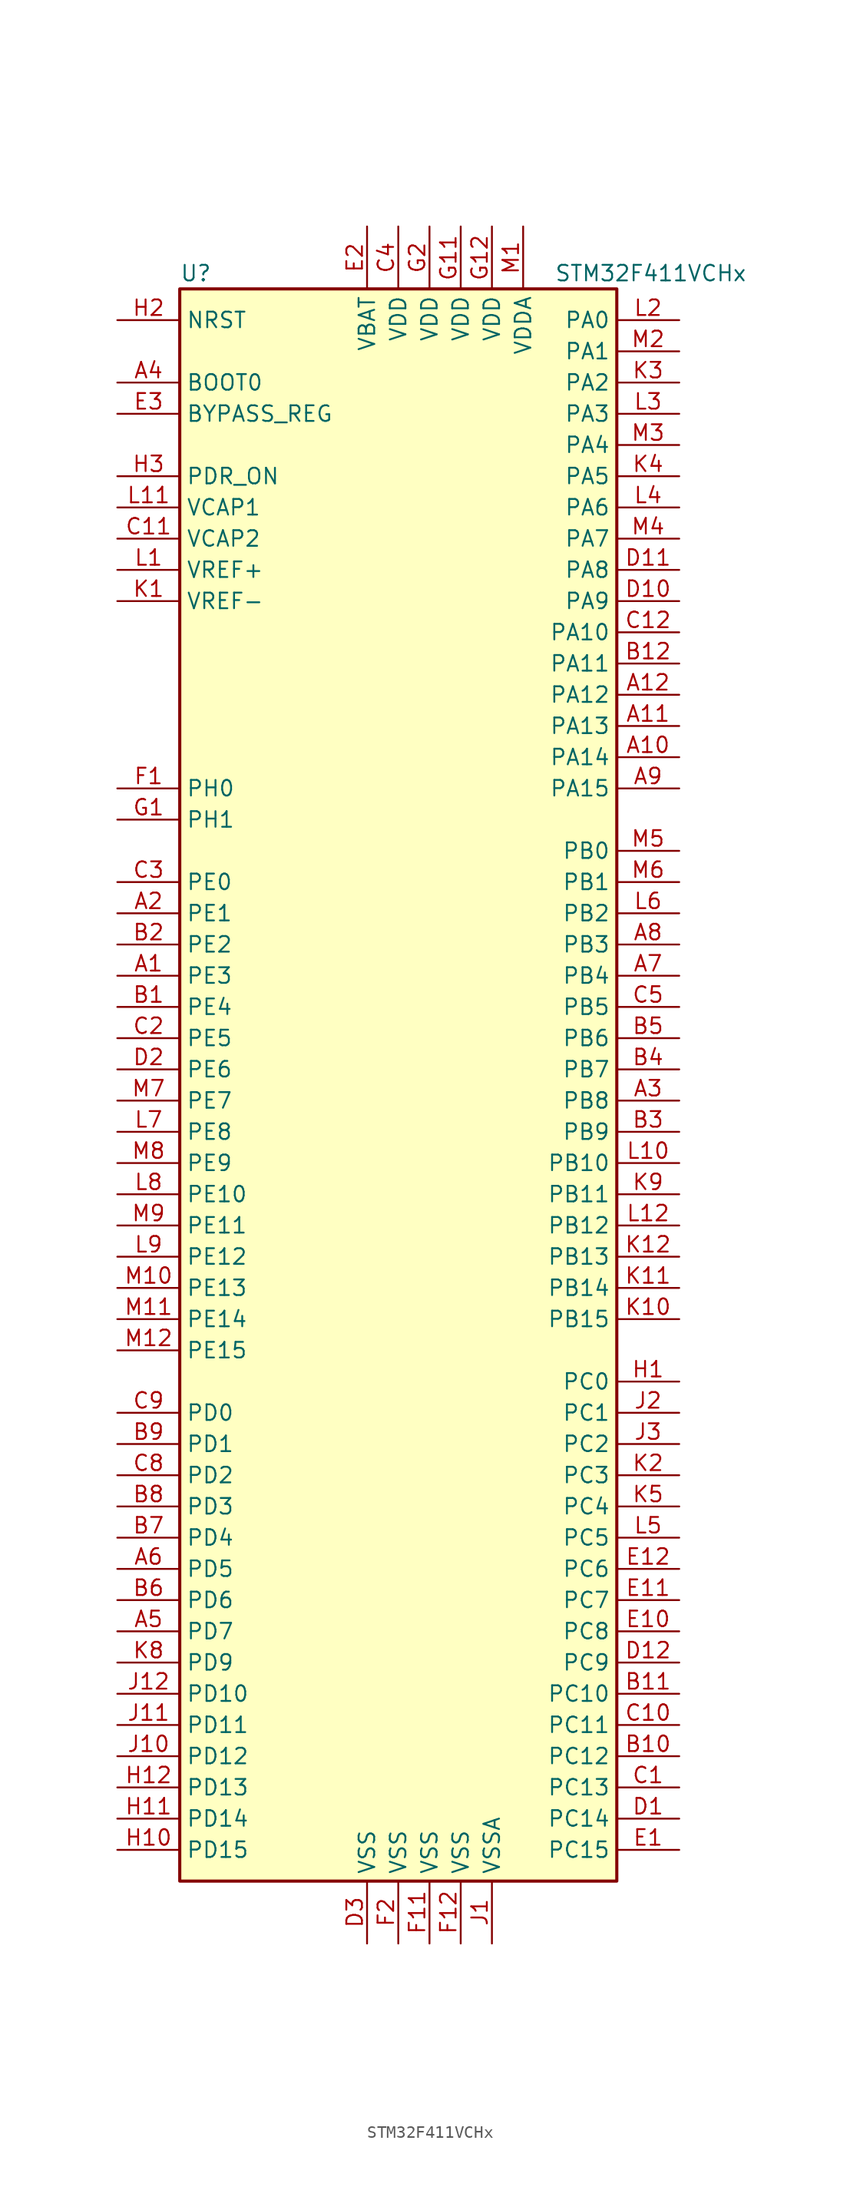
<source format=kicad_sym>
(kicad_symbol_lib
  (version 20201005)
  (generator kicad_symbol_editor)
  (symbol "MCU_ST_STM32F4:STM32F411VCHx"
    (property "Reference" "U"
      (at -17.78 64.77 0)
      (effects (font (size 1.27 1.27)) (justify left)))
    (property "Value" "STM32F411VCHx"
      (at 12.7 64.77 0)
      (effects (font (size 1.27 1.27)) (justify left)))
    (symbol "STM32F411VCHx_0_1"
      (rectangle (start -17.78 -66.04) (end 17.78 63.5) (stroke (width 0.254)) (fill (type background))))
    (symbol "STM32F411VCHx_1_1"
      (pin input line (at -22.86 55.88 0) (length 5.08) (name "BOOT0" (effects (font (size 1.27 1.27)))) (number "A4" (effects (font (size 1.27 1.27)))))
      (pin input line (at -22.86 53.34 0) (length 5.08) (name "BYPASS_REG" (effects (font (size 1.27 1.27)))) (number "E3" (effects (font (size 1.27 1.27)))))
      (pin input line (at -22.86 60.96 0) (length 5.08) (name "NRST" (effects (font (size 1.27 1.27)))) (number "H2" (effects (font (size 1.27 1.27)))))
      (pin bidirectional line (at 22.86 60.96 180) (length 5.08) (name "PA0" (effects (font (size 1.27 1.27)))) (number "L2" (effects (font (size 1.27 1.27)))))
      (pin bidirectional line (at 22.86 58.42 180) (length 5.08) (name "PA1" (effects (font (size 1.27 1.27)))) (number "M2" (effects (font (size 1.27 1.27)))))
      (pin bidirectional line (at 22.86 35.56 180) (length 5.08) (name "PA10" (effects (font (size 1.27 1.27)))) (number "C12" (effects (font (size 1.27 1.27)))))
      (pin bidirectional line (at 22.86 33.02 180) (length 5.08) (name "PA11" (effects (font (size 1.27 1.27)))) (number "B12" (effects (font (size 1.27 1.27)))))
      (pin bidirectional line (at 22.86 30.48 180) (length 5.08) (name "PA12" (effects (font (size 1.27 1.27)))) (number "A12" (effects (font (size 1.27 1.27)))))
      (pin bidirectional line (at 22.86 27.94 180) (length 5.08) (name "PA13" (effects (font (size 1.27 1.27)))) (number "A11" (effects (font (size 1.27 1.27)))))
      (pin bidirectional line (at 22.86 25.4 180) (length 5.08) (name "PA14" (effects (font (size 1.27 1.27)))) (number "A10" (effects (font (size 1.27 1.27)))))
      (pin bidirectional line (at 22.86 22.86 180) (length 5.08) (name "PA15" (effects (font (size 1.27 1.27)))) (number "A9" (effects (font (size 1.27 1.27)))))
      (pin bidirectional line (at 22.86 55.88 180) (length 5.08) (name "PA2" (effects (font (size 1.27 1.27)))) (number "K3" (effects (font (size 1.27 1.27)))))
      (pin bidirectional line (at 22.86 53.34 180) (length 5.08) (name "PA3" (effects (font (size 1.27 1.27)))) (number "L3" (effects (font (size 1.27 1.27)))))
      (pin bidirectional line (at 22.86 50.8 180) (length 5.08) (name "PA4" (effects (font (size 1.27 1.27)))) (number "M3" (effects (font (size 1.27 1.27)))))
      (pin bidirectional line (at 22.86 48.26 180) (length 5.08) (name "PA5" (effects (font (size 1.27 1.27)))) (number "K4" (effects (font (size 1.27 1.27)))))
      (pin bidirectional line (at 22.86 45.72 180) (length 5.08) (name "PA6" (effects (font (size 1.27 1.27)))) (number "L4" (effects (font (size 1.27 1.27)))))
      (pin bidirectional line (at 22.86 43.18 180) (length 5.08) (name "PA7" (effects (font (size 1.27 1.27)))) (number "M4" (effects (font (size 1.27 1.27)))))
      (pin bidirectional line (at 22.86 40.64 180) (length 5.08) (name "PA8" (effects (font (size 1.27 1.27)))) (number "D11" (effects (font (size 1.27 1.27)))))
      (pin bidirectional line (at 22.86 38.1 180) (length 5.08) (name "PA9" (effects (font (size 1.27 1.27)))) (number "D10" (effects (font (size 1.27 1.27)))))
      (pin bidirectional line (at 22.86 17.78 180) (length 5.08) (name "PB0" (effects (font (size 1.27 1.27)))) (number "M5" (effects (font (size 1.27 1.27)))))
      (pin bidirectional line (at 22.86 15.24 180) (length 5.08) (name "PB1" (effects (font (size 1.27 1.27)))) (number "M6" (effects (font (size 1.27 1.27)))))
      (pin bidirectional line (at 22.86 -7.62 180) (length 5.08) (name "PB10" (effects (font (size 1.27 1.27)))) (number "L10" (effects (font (size 1.27 1.27)))))
      (pin bidirectional line (at 22.86 -10.16 180) (length 5.08) (name "PB11" (effects (font (size 1.27 1.27)))) (number "K9" (effects (font (size 1.27 1.27)))))
      (pin bidirectional line (at 22.86 -12.7 180) (length 5.08) (name "PB12" (effects (font (size 1.27 1.27)))) (number "L12" (effects (font (size 1.27 1.27)))))
      (pin bidirectional line (at 22.86 -15.24 180) (length 5.08) (name "PB13" (effects (font (size 1.27 1.27)))) (number "K12" (effects (font (size 1.27 1.27)))))
      (pin bidirectional line (at 22.86 -17.78 180) (length 5.08) (name "PB14" (effects (font (size 1.27 1.27)))) (number "K11" (effects (font (size 1.27 1.27)))))
      (pin bidirectional line (at 22.86 -20.32 180) (length 5.08) (name "PB15" (effects (font (size 1.27 1.27)))) (number "K10" (effects (font (size 1.27 1.27)))))
      (pin bidirectional line (at 22.86 12.7 180) (length 5.08) (name "PB2" (effects (font (size 1.27 1.27)))) (number "L6" (effects (font (size 1.27 1.27)))))
      (pin bidirectional line (at 22.86 10.16 180) (length 5.08) (name "PB3" (effects (font (size 1.27 1.27)))) (number "A8" (effects (font (size 1.27 1.27)))))
      (pin bidirectional line (at 22.86 7.62 180) (length 5.08) (name "PB4" (effects (font (size 1.27 1.27)))) (number "A7" (effects (font (size 1.27 1.27)))))
      (pin bidirectional line (at 22.86 5.08 180) (length 5.08) (name "PB5" (effects (font (size 1.27 1.27)))) (number "C5" (effects (font (size 1.27 1.27)))))
      (pin bidirectional line (at 22.86 2.54 180) (length 5.08) (name "PB6" (effects (font (size 1.27 1.27)))) (number "B5" (effects (font (size 1.27 1.27)))))
      (pin bidirectional line (at 22.86 0 180) (length 5.08) (name "PB7" (effects (font (size 1.27 1.27)))) (number "B4" (effects (font (size 1.27 1.27)))))
      (pin bidirectional line (at 22.86 -2.54 180) (length 5.08) (name "PB8" (effects (font (size 1.27 1.27)))) (number "A3" (effects (font (size 1.27 1.27)))))
      (pin bidirectional line (at 22.86 -5.08 180) (length 5.08) (name "PB9" (effects (font (size 1.27 1.27)))) (number "B3" (effects (font (size 1.27 1.27)))))
      (pin bidirectional line (at 22.86 -25.4 180) (length 5.08) (name "PC0" (effects (font (size 1.27 1.27)))) (number "H1" (effects (font (size 1.27 1.27)))))
      (pin bidirectional line (at 22.86 -27.94 180) (length 5.08) (name "PC1" (effects (font (size 1.27 1.27)))) (number "J2" (effects (font (size 1.27 1.27)))))
      (pin bidirectional line (at 22.86 -50.8 180) (length 5.08) (name "PC10" (effects (font (size 1.27 1.27)))) (number "B11" (effects (font (size 1.27 1.27)))))
      (pin bidirectional line (at 22.86 -53.34 180) (length 5.08) (name "PC11" (effects (font (size 1.27 1.27)))) (number "C10" (effects (font (size 1.27 1.27)))))
      (pin bidirectional line (at 22.86 -55.88 180) (length 5.08) (name "PC12" (effects (font (size 1.27 1.27)))) (number "B10" (effects (font (size 1.27 1.27)))))
      (pin bidirectional line (at 22.86 -58.42 180) (length 5.08) (name "PC13" (effects (font (size 1.27 1.27)))) (number "C1" (effects (font (size 1.27 1.27)))))
      (pin bidirectional line (at 22.86 -60.96 180) (length 5.08) (name "PC14" (effects (font (size 1.27 1.27)))) (number "D1" (effects (font (size 1.27 1.27)))))
      (pin bidirectional line (at 22.86 -63.5 180) (length 5.08) (name "PC15" (effects (font (size 1.27 1.27)))) (number "E1" (effects (font (size 1.27 1.27)))))
      (pin bidirectional line (at 22.86 -30.48 180) (length 5.08) (name "PC2" (effects (font (size 1.27 1.27)))) (number "J3" (effects (font (size 1.27 1.27)))))
      (pin bidirectional line (at 22.86 -33.02 180) (length 5.08) (name "PC3" (effects (font (size 1.27 1.27)))) (number "K2" (effects (font (size 1.27 1.27)))))
      (pin bidirectional line (at 22.86 -35.56 180) (length 5.08) (name "PC4" (effects (font (size 1.27 1.27)))) (number "K5" (effects (font (size 1.27 1.27)))))
      (pin bidirectional line (at 22.86 -38.1 180) (length 5.08) (name "PC5" (effects (font (size 1.27 1.27)))) (number "L5" (effects (font (size 1.27 1.27)))))
      (pin bidirectional line (at 22.86 -40.64 180) (length 5.08) (name "PC6" (effects (font (size 1.27 1.27)))) (number "E12" (effects (font (size 1.27 1.27)))))
      (pin bidirectional line (at 22.86 -43.18 180) (length 5.08) (name "PC7" (effects (font (size 1.27 1.27)))) (number "E11" (effects (font (size 1.27 1.27)))))
      (pin bidirectional line (at 22.86 -45.72 180) (length 5.08) (name "PC8" (effects (font (size 1.27 1.27)))) (number "E10" (effects (font (size 1.27 1.27)))))
      (pin bidirectional line (at 22.86 -48.26 180) (length 5.08) (name "PC9" (effects (font (size 1.27 1.27)))) (number "D12" (effects (font (size 1.27 1.27)))))
      (pin bidirectional line (at -22.86 -27.94 0) (length 5.08) (name "PD0" (effects (font (size 1.27 1.27)))) (number "C9" (effects (font (size 1.27 1.27)))))
      (pin bidirectional line (at -22.86 -30.48 0) (length 5.08) (name "PD1" (effects (font (size 1.27 1.27)))) (number "B9" (effects (font (size 1.27 1.27)))))
      (pin bidirectional line (at -22.86 -50.8 0) (length 5.08) (name "PD10" (effects (font (size 1.27 1.27)))) (number "J12" (effects (font (size 1.27 1.27)))))
      (pin bidirectional line (at -22.86 -53.34 0) (length 5.08) (name "PD11" (effects (font (size 1.27 1.27)))) (number "J11" (effects (font (size 1.27 1.27)))))
      (pin bidirectional line (at -22.86 -55.88 0) (length 5.08) (name "PD12" (effects (font (size 1.27 1.27)))) (number "J10" (effects (font (size 1.27 1.27)))))
      (pin bidirectional line (at -22.86 -58.42 0) (length 5.08) (name "PD13" (effects (font (size 1.27 1.27)))) (number "H12" (effects (font (size 1.27 1.27)))))
      (pin bidirectional line (at -22.86 -60.96 0) (length 5.08) (name "PD14" (effects (font (size 1.27 1.27)))) (number "H11" (effects (font (size 1.27 1.27)))))
      (pin bidirectional line (at -22.86 -63.5 0) (length 5.08) (name "PD15" (effects (font (size 1.27 1.27)))) (number "H10" (effects (font (size 1.27 1.27)))))
      (pin bidirectional line (at -22.86 -33.02 0) (length 5.08) (name "PD2" (effects (font (size 1.27 1.27)))) (number "C8" (effects (font (size 1.27 1.27)))))
      (pin bidirectional line (at -22.86 -35.56 0) (length 5.08) (name "PD3" (effects (font (size 1.27 1.27)))) (number "B8" (effects (font (size 1.27 1.27)))))
      (pin bidirectional line (at -22.86 -38.1 0) (length 5.08) (name "PD4" (effects (font (size 1.27 1.27)))) (number "B7" (effects (font (size 1.27 1.27)))))
      (pin bidirectional line (at -22.86 -40.64 0) (length 5.08) (name "PD5" (effects (font (size 1.27 1.27)))) (number "A6" (effects (font (size 1.27 1.27)))))
      (pin bidirectional line (at -22.86 -43.18 0) (length 5.08) (name "PD6" (effects (font (size 1.27 1.27)))) (number "B6" (effects (font (size 1.27 1.27)))))
      (pin bidirectional line (at -22.86 -45.72 0) (length 5.08) (name "PD7" (effects (font (size 1.27 1.27)))) (number "A5" (effects (font (size 1.27 1.27)))))
      (pin bidirectional line (at -22.86 -48.26 0) (length 5.08) (name "PD9" (effects (font (size 1.27 1.27)))) (number "K8" (effects (font (size 1.27 1.27)))))
      (pin power_in line (at -22.86 48.26 0) (length 5.08) (name "PDR_ON" (effects (font (size 1.27 1.27)))) (number "H3" (effects (font (size 1.27 1.27)))))
      (pin bidirectional line (at -22.86 15.24 0) (length 5.08) (name "PE0" (effects (font (size 1.27 1.27)))) (number "C3" (effects (font (size 1.27 1.27)))))
      (pin bidirectional line (at -22.86 12.7 0) (length 5.08) (name "PE1" (effects (font (size 1.27 1.27)))) (number "A2" (effects (font (size 1.27 1.27)))))
      (pin bidirectional line (at -22.86 -10.16 0) (length 5.08) (name "PE10" (effects (font (size 1.27 1.27)))) (number "L8" (effects (font (size 1.27 1.27)))))
      (pin bidirectional line (at -22.86 -12.7 0) (length 5.08) (name "PE11" (effects (font (size 1.27 1.27)))) (number "M9" (effects (font (size 1.27 1.27)))))
      (pin bidirectional line (at -22.86 -15.24 0) (length 5.08) (name "PE12" (effects (font (size 1.27 1.27)))) (number "L9" (effects (font (size 1.27 1.27)))))
      (pin bidirectional line (at -22.86 -17.78 0) (length 5.08) (name "PE13" (effects (font (size 1.27 1.27)))) (number "M10" (effects (font (size 1.27 1.27)))))
      (pin bidirectional line (at -22.86 -20.32 0) (length 5.08) (name "PE14" (effects (font (size 1.27 1.27)))) (number "M11" (effects (font (size 1.27 1.27)))))
      (pin bidirectional line (at -22.86 -22.86 0) (length 5.08) (name "PE15" (effects (font (size 1.27 1.27)))) (number "M12" (effects (font (size 1.27 1.27)))))
      (pin bidirectional line (at -22.86 10.16 0) (length 5.08) (name "PE2" (effects (font (size 1.27 1.27)))) (number "B2" (effects (font (size 1.27 1.27)))))
      (pin bidirectional line (at -22.86 7.62 0) (length 5.08) (name "PE3" (effects (font (size 1.27 1.27)))) (number "A1" (effects (font (size 1.27 1.27)))))
      (pin bidirectional line (at -22.86 5.08 0) (length 5.08) (name "PE4" (effects (font (size 1.27 1.27)))) (number "B1" (effects (font (size 1.27 1.27)))))
      (pin bidirectional line (at -22.86 2.54 0) (length 5.08) (name "PE5" (effects (font (size 1.27 1.27)))) (number "C2" (effects (font (size 1.27 1.27)))))
      (pin bidirectional line (at -22.86 0 0) (length 5.08) (name "PE6" (effects (font (size 1.27 1.27)))) (number "D2" (effects (font (size 1.27 1.27)))))
      (pin bidirectional line (at -22.86 -2.54 0) (length 5.08) (name "PE7" (effects (font (size 1.27 1.27)))) (number "M7" (effects (font (size 1.27 1.27)))))
      (pin bidirectional line (at -22.86 -5.08 0) (length 5.08) (name "PE8" (effects (font (size 1.27 1.27)))) (number "L7" (effects (font (size 1.27 1.27)))))
      (pin bidirectional line (at -22.86 -7.62 0) (length 5.08) (name "PE9" (effects (font (size 1.27 1.27)))) (number "M8" (effects (font (size 1.27 1.27)))))
      (pin input line (at -22.86 22.86 0) (length 5.08) (name "PH0" (effects (font (size 1.27 1.27)))) (number "F1" (effects (font (size 1.27 1.27)))))
      (pin input line (at -22.86 20.32 0) (length 5.08) (name "PH1" (effects (font (size 1.27 1.27)))) (number "G1" (effects (font (size 1.27 1.27)))))
      (pin power_in line (at -2.54 68.58 270) (length 5.08) (name "VBAT" (effects (font (size 1.27 1.27)))) (number "E2" (effects (font (size 1.27 1.27)))))
      (pin power_in line (at -22.86 45.72 0) (length 5.08) (name "VCAP1" (effects (font (size 1.27 1.27)))) (number "L11" (effects (font (size 1.27 1.27)))))
      (pin power_in line (at -22.86 43.18 0) (length 5.08) (name "VCAP2" (effects (font (size 1.27 1.27)))) (number "C11" (effects (font (size 1.27 1.27)))))
      (pin power_in line (at 0 68.58 270) (length 5.08) (name "VDD" (effects (font (size 1.27 1.27)))) (number "C4" (effects (font (size 1.27 1.27)))))
      (pin power_in line (at 5.08 68.58 270) (length 5.08) (name "VDD" (effects (font (size 1.27 1.27)))) (number "G11" (effects (font (size 1.27 1.27)))))
      (pin power_in line (at 7.62 68.58 270) (length 5.08) (name "VDD" (effects (font (size 1.27 1.27)))) (number "G12" (effects (font (size 1.27 1.27)))))
      (pin power_in line (at 2.54 68.58 270) (length 5.08) (name "VDD" (effects (font (size 1.27 1.27)))) (number "G2" (effects (font (size 1.27 1.27)))))
      (pin power_in line (at 10.16 68.58 270) (length 5.08) (name "VDDA" (effects (font (size 1.27 1.27)))) (number "M1" (effects (font (size 1.27 1.27)))))
      (pin power_in line (at -22.86 40.64 0) (length 5.08) (name "VREF+" (effects (font (size 1.27 1.27)))) (number "L1" (effects (font (size 1.27 1.27)))))
      (pin power_in line (at -22.86 38.1 0) (length 5.08) (name "VREF-" (effects (font (size 1.27 1.27)))) (number "K1" (effects (font (size 1.27 1.27)))))
      (pin power_in line (at -2.54 -71.12 90) (length 5.08) (name "VSS" (effects (font (size 1.27 1.27)))) (number "D3" (effects (font (size 1.27 1.27)))))
      (pin power_in line (at 2.54 -71.12 90) (length 5.08) (name "VSS" (effects (font (size 1.27 1.27)))) (number "F11" (effects (font (size 1.27 1.27)))))
      (pin power_in line (at 5.08 -71.12 90) (length 5.08) (name "VSS" (effects (font (size 1.27 1.27)))) (number "F12" (effects (font (size 1.27 1.27)))))
      (pin power_in line (at 0 -71.12 90) (length 5.08) (name "VSS" (effects (font (size 1.27 1.27)))) (number "F2" (effects (font (size 1.27 1.27)))))
      (pin power_in line (at 7.62 -71.12 90) (length 5.08) (name "VSSA" (effects (font (size 1.27 1.27)))) (number "J1" (effects (font (size 1.27 1.27))))))))
</source>
